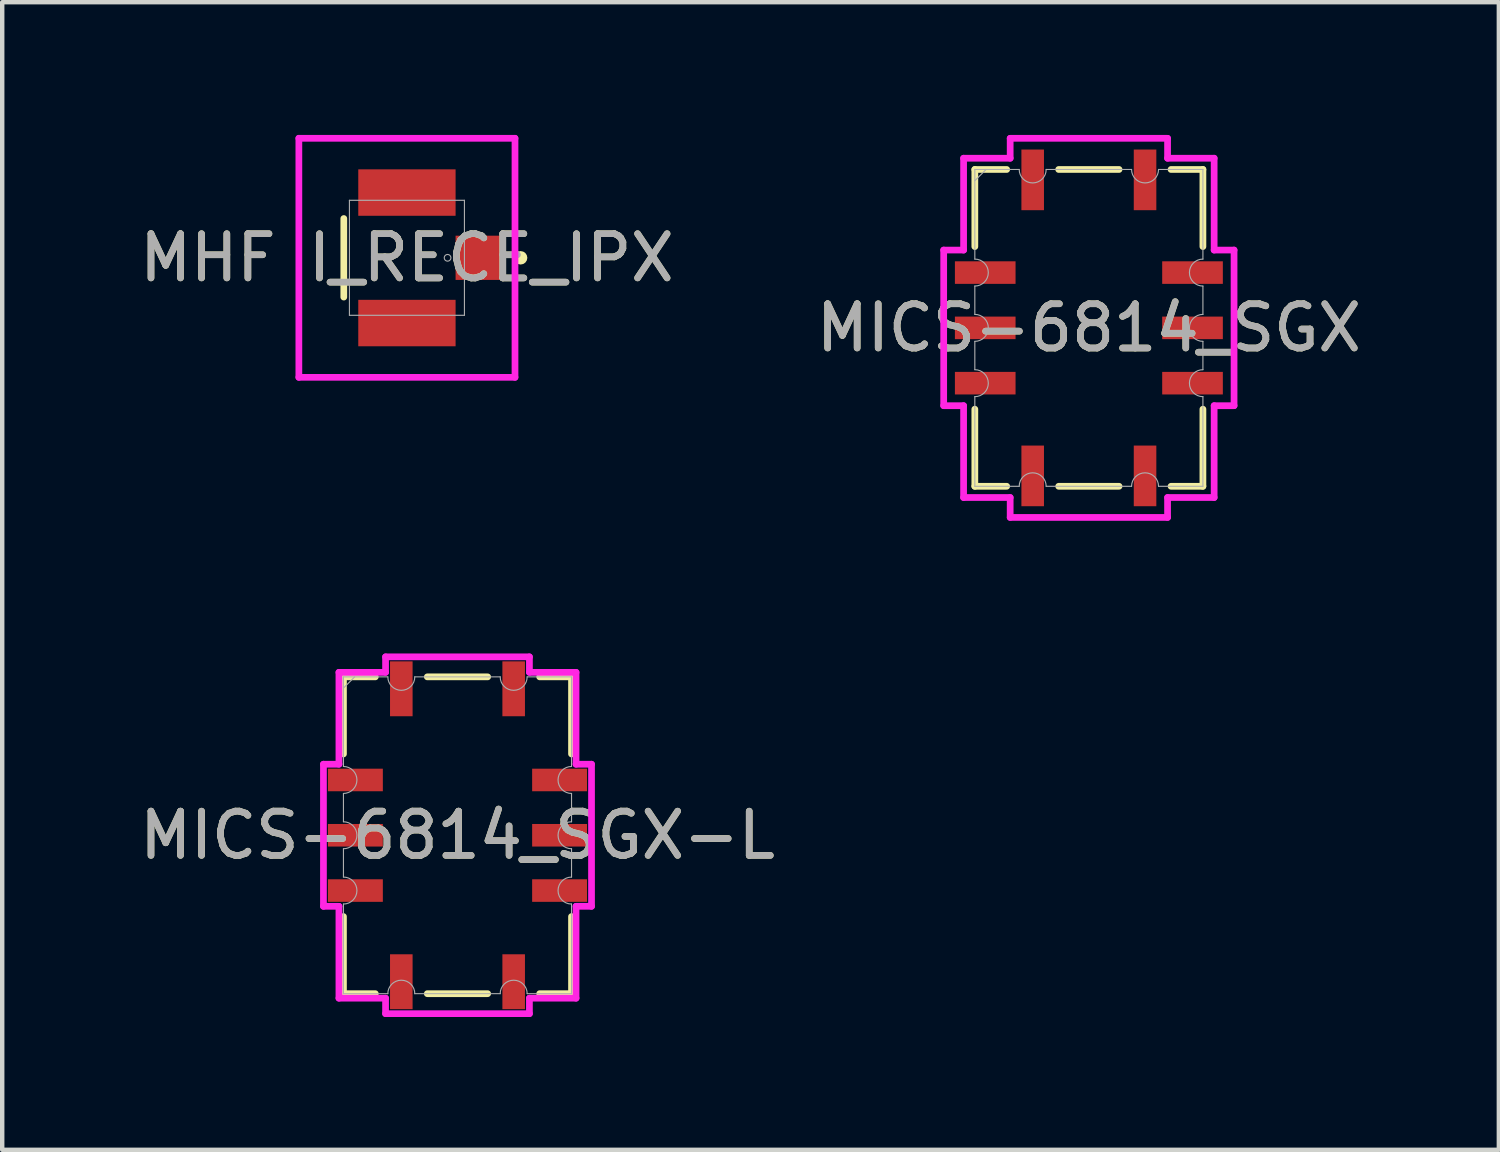
<source format=kicad_pcb>
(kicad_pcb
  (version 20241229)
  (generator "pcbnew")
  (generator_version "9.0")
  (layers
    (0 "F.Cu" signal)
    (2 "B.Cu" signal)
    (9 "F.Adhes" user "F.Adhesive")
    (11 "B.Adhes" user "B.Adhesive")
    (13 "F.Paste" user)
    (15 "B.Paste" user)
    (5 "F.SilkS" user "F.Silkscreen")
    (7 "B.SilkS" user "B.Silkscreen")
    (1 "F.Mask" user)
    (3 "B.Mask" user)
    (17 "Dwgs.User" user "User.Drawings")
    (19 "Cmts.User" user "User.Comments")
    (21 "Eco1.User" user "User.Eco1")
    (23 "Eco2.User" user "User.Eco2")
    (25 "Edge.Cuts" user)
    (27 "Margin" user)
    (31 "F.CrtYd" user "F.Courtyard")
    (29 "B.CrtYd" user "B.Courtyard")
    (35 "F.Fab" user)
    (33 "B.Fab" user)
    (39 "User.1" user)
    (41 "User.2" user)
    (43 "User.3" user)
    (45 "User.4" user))
  (footprint "MICS-6814_SGX-L"
    (layer "F.Cu")
    (at 7.292 15.832)
    (property "Reference" "MICS-6814_SGX-L" (at 0 0 0) (unlocked yes) (layer "F.SilkS") (effects (font (size 1 1) (thickness 0.15))))
    (attr smd)
    (fp_line (start -2.578 -1.838) (end -2.578 -3.581) (stroke (width 0.152) (type solid)) (layer "F.SilkS"))
    (fp_line (start -2.578 1.838) (end -2.578 3.581) (stroke (width 0.152) (type solid)) (layer "F.SilkS"))
    (fp_line (start -1.858 -3.581) (end -2.578 -3.581) (stroke (width 0.152) (type solid)) (layer "F.SilkS"))
    (fp_line (start -1.858 3.581) (end -2.578 3.581) (stroke (width 0.152) (type solid)) (layer "F.SilkS"))
    (fp_line (start 0.682 -3.581) (end -0.682 -3.581) (stroke (width 0.152) (type solid)) (layer "F.SilkS"))
    (fp_line (start 0.682 3.581) (end -0.682 3.581) (stroke (width 0.152) (type solid)) (layer "F.SilkS"))
    (fp_line (start 1.858 -3.581) (end 2.578 -3.581) (stroke (width 0.152) (type solid)) (layer "F.SilkS"))
    (fp_line (start 1.858 3.581) (end 2.578 3.581) (stroke (width 0.152) (type solid)) (layer "F.SilkS"))
    (fp_line (start 2.578 -1.838) (end 2.578 -3.581) (stroke (width 0.152) (type solid)) (layer "F.SilkS"))
    (fp_line (start 2.578 1.838) (end 2.578 3.581) (stroke (width 0.152) (type solid)) (layer "F.SilkS"))
    (fp_line (start -3.03 -1.606) (end -2.68 -1.606) (stroke (width 0.152) (type solid)) (layer "F.CrtYd"))
    (fp_line (start -3.03 1.606) (end -3.03 -1.606) (stroke (width 0.152) (type solid)) (layer "F.CrtYd"))
    (fp_line (start -3.03 1.606) (end -2.68 1.606) (stroke (width 0.152) (type solid)) (layer "F.CrtYd"))
    (fp_line (start -2.68 -3.683) (end -1.626 -3.683) (stroke (width 0.152) (type solid)) (layer "F.CrtYd"))
    (fp_line (start -2.68 -1.606) (end -2.68 -3.683) (stroke (width 0.152) (type solid)) (layer "F.CrtYd"))
    (fp_line (start -2.68 3.683) (end -2.68 1.606) (stroke (width 0.152) (type solid)) (layer "F.CrtYd"))
    (fp_line (start -1.626 -4.033) (end 1.626 -4.033) (stroke (width 0.152) (type solid)) (layer "F.CrtYd"))
    (fp_line (start -1.626 -3.683) (end -1.626 -4.033) (stroke (width 0.152) (type solid)) (layer "F.CrtYd"))
    (fp_line (start -1.626 3.683) (end -2.68 3.683) (stroke (width 0.152) (type solid)) (layer "F.CrtYd"))
    (fp_line (start -1.626 4.033) (end -1.626 3.683) (stroke (width 0.152) (type solid)) (layer "F.CrtYd"))
    (fp_line (start 1.626 -4.033) (end 1.626 -3.683) (stroke (width 0.152) (type solid)) (layer "F.CrtYd"))
    (fp_line (start 1.626 -3.683) (end 2.68 -3.683) (stroke (width 0.152) (type solid)) (layer "F.CrtYd"))
    (fp_line (start 1.626 3.683) (end 1.626 4.033) (stroke (width 0.152) (type solid)) (layer "F.CrtYd"))
    (fp_line (start 1.626 4.033) (end -1.626 4.033) (stroke (width 0.152) (type solid)) (layer "F.CrtYd"))
    (fp_line (start 2.68 -3.683) (end 2.68 -1.606) (stroke (width 0.152) (type solid)) (layer "F.CrtYd"))
    (fp_line (start 2.68 -1.606) (end 3.03 -1.606) (stroke (width 0.152) (type solid)) (layer "F.CrtYd"))
    (fp_line (start 2.68 1.606) (end 2.68 3.683) (stroke (width 0.152) (type solid)) (layer "F.CrtYd"))
    (fp_line (start 2.68 3.683) (end 1.626 3.683) (stroke (width 0.152) (type solid)) (layer "F.CrtYd"))
    (fp_line (start 3.03 -1.606) (end 3.03 1.606) (stroke (width 0.152) (type solid)) (layer "F.CrtYd"))
    (fp_line (start 3.03 1.606) (end 2.68 1.606) (stroke (width 0.152) (type solid)) (layer "F.CrtYd"))
    (fp_line (start -2.578 -1.555) (end -2.578 -3.581) (stroke (width 0.025) (type solid)) (layer "F.Fab"))
    (fp_line (start -2.578 -0.945) (end -2.578 -0.305) (stroke (width 0.025) (type solid)) (layer "F.Fab"))
    (fp_line (start -2.578 0.305) (end -2.578 0.945) (stroke (width 0.025) (type solid)) (layer "F.Fab"))
    (fp_line (start -2.578 1.555) (end -2.578 3.581) (stroke (width 0.025) (type solid)) (layer "F.Fab"))
    (fp_line (start -2.324 -3.581) (end -2.578 -3.327) (stroke (width 0.025) (type solid)) (layer "F.Fab"))
    (fp_line (start -1.575 -3.581) (end -2.578 -3.581) (stroke (width 0.025) (type solid)) (layer "F.Fab"))
    (fp_line (start -1.575 3.581) (end -2.578 3.581) (stroke (width 0.025) (type solid)) (layer "F.Fab"))
    (fp_line (start 0.965 -3.581) (end -0.965 -3.581) (stroke (width 0.025) (type solid)) (layer "F.Fab"))
    (fp_line (start 0.965 3.581) (end -0.965 3.581) (stroke (width 0.025) (type solid)) (layer "F.Fab"))
    (fp_line (start 1.575 -3.581) (end 2.578 -3.581) (stroke (width 0.025) (type solid)) (layer "F.Fab"))
    (fp_line (start 1.575 3.581) (end 2.578 3.581) (stroke (width 0.025) (type solid)) (layer "F.Fab"))
    (fp_line (start 2.578 -1.555) (end 2.578 -3.581) (stroke (width 0.025) (type solid)) (layer "F.Fab"))
    (fp_line (start 2.578 -0.945) (end 2.578 -0.305) (stroke (width 0.025) (type solid)) (layer "F.Fab"))
    (fp_line (start 2.578 0.305) (end 2.578 0.945) (stroke (width 0.025) (type solid)) (layer "F.Fab"))
    (fp_line (start 2.578 1.555) (end 2.578 3.581) (stroke (width 0.025) (type solid)) (layer "F.Fab"))
    (fp_arc (start -2.5781 -1.5548) (mid -2.2733 -1.25) (end -2.5781 -0.9452) (stroke (width 0.0254) (type solid)) (layer "F.Fab"))
    (fp_arc (start -2.5781 -0.3048) (mid -2.2733 0) (end -2.5781 0.3048) (stroke (width 0.0254) (type solid)) (layer "F.Fab"))
    (fp_arc (start -2.5781 0.9452) (mid -2.2733 1.25) (end -2.5781 1.5548) (stroke (width 0.0254) (type solid)) (layer "F.Fab"))
    (fp_arc (start -1.5748 3.5814) (mid -1.27 3.2766) (end -0.9652 3.5814) (stroke (width 0.0254) (type solid)) (layer "F.Fab"))
    (fp_arc (start -0.9652 -3.5814) (mid -1.27 -3.2766) (end -1.5748 -3.5814) (stroke (width 0.0254) (type solid)) (layer "F.Fab"))
    (fp_arc (start 0.9652 3.5814) (mid 1.27 3.2766) (end 1.5748 3.5814) (stroke (width 0.0254) (type solid)) (layer "F.Fab"))
    (fp_arc (start 1.5748 -3.5814) (mid 1.27 -3.2766) (end 0.9652 -3.5814) (stroke (width 0.0254) (type solid)) (layer "F.Fab"))
    (fp_arc (start 2.5781 -0.9452) (mid 2.2733 -1.25) (end 2.5781 -1.5548) (stroke (width 0.0254) (type solid)) (layer "F.Fab"))
    (fp_arc (start 2.5781 0.3048) (mid 2.2733 0) (end 2.5781 -0.3048) (stroke (width 0.0254) (type solid)) (layer "F.Fab"))
    (fp_arc (start 2.5781 1.5548) (mid 2.2733 1.25) (end 2.5781 0.9452) (stroke (width 0.0254) (type solid)) (layer "F.Fab"))
    (fp_text user "${REFERENCE}" (at 0 0 0) (unlocked yes) (layer "F.Fab") (effects (font (size 1 1) (thickness 0.15))))
    (pad "1" smd rect (at -2.308 -1.25) (size 1.241 0.51) (layers "F.Cu" "F.Mask" "F.Paste"))
    (pad "2" smd rect (at -2.308 0) (size 1.241 0.51) (layers "F.Cu" "F.Mask" "F.Paste"))
    (pad "3" smd rect (at -2.308 1.25) (size 1.241 0.51) (layers "F.Cu" "F.Mask" "F.Paste"))
    (pad "4" smd rect (at -1.27 3.311 90) (size 1.241 0.51) (layers "F.Cu" "F.Mask" "F.Paste"))
    (pad "5" smd rect (at 1.27 3.311 90) (size 1.241 0.51) (layers "F.Cu" "F.Mask" "F.Paste"))
    (pad "6" smd rect (at 2.308 1.25) (size 1.241 0.51) (layers "F.Cu" "F.Mask" "F.Paste"))
    (pad "7" smd rect (at 2.308 0) (size 1.241 0.51) (layers "F.Cu" "F.Mask" "F.Paste"))
    (pad "8" smd rect (at 2.308 -1.25) (size 1.241 0.51) (layers "F.Cu" "F.Mask" "F.Paste"))
    (pad "9" smd rect (at 1.27 -3.311 90) (size 1.241 0.51) (layers "F.Cu" "F.Mask" "F.Paste"))
    (pad "10" smd rect (at -1.27 -3.311 90) (size 1.241 0.51) (layers "F.Cu" "F.Mask" "F.Paste")))
  (footprint "MHF I_RECE_IPX"
    (layer "F.Cu")
    (at 6.149 2.778)
    (property "Reference" "MHF I_RECE_IPX" (at 0 0 0) (unlocked yes) (layer "F.SilkS") (effects (font (size 1 1) (thickness 0.15))))
    (attr smd)
    (fp_line (start -1.427 -0.888) (end -1.427 0.888) (stroke (width 0.152) (type solid)) (layer "F.SilkS"))
    (fp_circle (center 2.57 0) (end 2.646 0) (stroke (width 0.152) (type solid)) (fill no) (layer "F.SilkS"))
    (fp_line (start -2.443 -2.702) (end 2.443 -2.702) (stroke (width 0.152) (type solid)) (layer "F.CrtYd"))
    (fp_line (start -2.443 2.702) (end -2.443 -2.702) (stroke (width 0.152) (type solid)) (layer "F.CrtYd"))
    (fp_line (start 2.443 -2.702) (end 2.443 2.702) (stroke (width 0.152) (type solid)) (layer "F.CrtYd"))
    (fp_line (start 2.443 2.702) (end -2.443 2.702) (stroke (width 0.152) (type solid)) (layer "F.CrtYd"))
    (fp_line (start -1.3 -1.3) (end -1.3 1.3) (stroke (width 0.025) (type solid)) (layer "F.Fab"))
    (fp_line (start -1.3 1.3) (end 1.3 1.3) (stroke (width 0.025) (type solid)) (layer "F.Fab"))
    (fp_line (start 1.3 -1.3) (end -1.3 -1.3) (stroke (width 0.025) (type solid)) (layer "F.Fab"))
    (fp_line (start 1.3 1.3) (end 1.3 -1.3) (stroke (width 0.025) (type solid)) (layer "F.Fab"))
    (fp_circle (center 0.919 0) (end 0.995 0) (stroke (width 0.025) (type solid)) (fill no) (layer "F.Fab"))
    (fp_text user "${REFERENCE}" (at 0 0 0) (unlocked yes) (layer "F.Fab") (effects (font (size 1 1) (thickness 0.15))))
    (pad "1" smd rect (at 0 -1.475) (size 2.2 1.05) (layers "F.Cu" "F.Mask" "F.Paste"))
    (pad "2" smd rect (at 0 1.475) (size 2.2 1.05) (layers "F.Cu" "F.Mask" "F.Paste"))
    (pad "3" smd rect (at 1.625 0) (size 1.05 1) (layers "F.Cu" "F.Mask" "F.Paste"))
    (zone (net_name "") (layer "F.Cu") (hatch full 0.508) (connect_pads) (min_thickness 0.254) (filled_areas_thickness no) (keepout (tracks not_allowed) (vias not_allowed) (pads allowed) (copperpour not_allowed) (footprints allowed)) (placement (enabled no)) (fill) (polygon (pts (xy 5.099 3.828) (xy 7.199 3.828) (xy 7.199 1.728) (xy 5.099 1.728)))))
  (footprint "MICS-6814_SGX"
    (layer "F.Cu")
    (at 21.565 4.362)
    (property "Reference" "MICS-6814_SGX" (at 0 0 0) (unlocked yes) (layer "F.SilkS") (effects (font (size 1 1) (thickness 0.15))))
    (attr smd)
    (fp_line (start -2.578 -1.838) (end -2.578 -3.581) (stroke (width 0.152) (type solid)) (layer "F.SilkS"))
    (fp_line (start -2.578 1.838) (end -2.578 3.581) (stroke (width 0.152) (type solid)) (layer "F.SilkS"))
    (fp_line (start -1.858 -3.581) (end -2.578 -3.581) (stroke (width 0.152) (type solid)) (layer "F.SilkS"))
    (fp_line (start -1.858 3.581) (end -2.578 3.581) (stroke (width 0.152) (type solid)) (layer "F.SilkS"))
    (fp_line (start 0.682 -3.581) (end -0.682 -3.581) (stroke (width 0.152) (type solid)) (layer "F.SilkS"))
    (fp_line (start 0.682 3.581) (end -0.682 3.581) (stroke (width 0.152) (type solid)) (layer "F.SilkS"))
    (fp_line (start 1.858 -3.581) (end 2.578 -3.581) (stroke (width 0.152) (type solid)) (layer "F.SilkS"))
    (fp_line (start 1.858 3.581) (end 2.578 3.581) (stroke (width 0.152) (type solid)) (layer "F.SilkS"))
    (fp_line (start 2.578 -1.838) (end 2.578 -3.581) (stroke (width 0.152) (type solid)) (layer "F.SilkS"))
    (fp_line (start 2.578 1.838) (end 2.578 3.581) (stroke (width 0.152) (type solid)) (layer "F.SilkS"))
    (fp_line (start -3.282 -1.759) (end -2.832 -1.759) (stroke (width 0.152) (type solid)) (layer "F.CrtYd"))
    (fp_line (start -3.282 1.759) (end -3.282 -1.759) (stroke (width 0.152) (type solid)) (layer "F.CrtYd"))
    (fp_line (start -3.282 1.759) (end -2.832 1.759) (stroke (width 0.152) (type solid)) (layer "F.CrtYd"))
    (fp_line (start -2.832 -3.835) (end -1.779 -3.835) (stroke (width 0.152) (type solid)) (layer "F.CrtYd"))
    (fp_line (start -2.832 -1.759) (end -2.832 -3.835) (stroke (width 0.152) (type solid)) (layer "F.CrtYd"))
    (fp_line (start -2.832 3.835) (end -2.832 1.759) (stroke (width 0.152) (type solid)) (layer "F.CrtYd"))
    (fp_line (start -1.779 -4.285) (end 1.779 -4.285) (stroke (width 0.152) (type solid)) (layer "F.CrtYd"))
    (fp_line (start -1.779 -3.835) (end -1.779 -4.285) (stroke (width 0.152) (type solid)) (layer "F.CrtYd"))
    (fp_line (start -1.779 3.835) (end -2.832 3.835) (stroke (width 0.152) (type solid)) (layer "F.CrtYd"))
    (fp_line (start -1.779 4.285) (end -1.779 3.835) (stroke (width 0.152) (type solid)) (layer "F.CrtYd"))
    (fp_line (start 1.779 -4.285) (end 1.779 -3.835) (stroke (width 0.152) (type solid)) (layer "F.CrtYd"))
    (fp_line (start 1.779 -3.835) (end 2.832 -3.835) (stroke (width 0.152) (type solid)) (layer "F.CrtYd"))
    (fp_line (start 1.779 3.835) (end 1.779 4.285) (stroke (width 0.152) (type solid)) (layer "F.CrtYd"))
    (fp_line (start 1.779 4.285) (end -1.779 4.285) (stroke (width 0.152) (type solid)) (layer "F.CrtYd"))
    (fp_line (start 2.832 -3.835) (end 2.832 -1.759) (stroke (width 0.152) (type solid)) (layer "F.CrtYd"))
    (fp_line (start 2.832 -1.759) (end 3.282 -1.759) (stroke (width 0.152) (type solid)) (layer "F.CrtYd"))
    (fp_line (start 2.832 1.759) (end 2.832 3.835) (stroke (width 0.152) (type solid)) (layer "F.CrtYd"))
    (fp_line (start 2.832 3.835) (end 1.779 3.835) (stroke (width 0.152) (type solid)) (layer "F.CrtYd"))
    (fp_line (start 3.282 -1.759) (end 3.282 1.759) (stroke (width 0.152) (type solid)) (layer "F.CrtYd"))
    (fp_line (start 3.282 1.759) (end 2.832 1.759) (stroke (width 0.152) (type solid)) (layer "F.CrtYd"))
    (fp_line (start -2.578 -1.555) (end -2.578 -3.581) (stroke (width 0.025) (type solid)) (layer "F.Fab"))
    (fp_line (start -2.578 -0.945) (end -2.578 -0.305) (stroke (width 0.025) (type solid)) (layer "F.Fab"))
    (fp_line (start -2.578 0.305) (end -2.578 0.945) (stroke (width 0.025) (type solid)) (layer "F.Fab"))
    (fp_line (start -2.578 1.555) (end -2.578 3.581) (stroke (width 0.025) (type solid)) (layer "F.Fab"))
    (fp_line (start -2.324 -3.581) (end -2.578 -3.327) (stroke (width 0.025) (type solid)) (layer "F.Fab"))
    (fp_line (start -1.575 -3.581) (end -2.578 -3.581) (stroke (width 0.025) (type solid)) (layer "F.Fab"))
    (fp_line (start -1.575 3.581) (end -2.578 3.581) (stroke (width 0.025) (type solid)) (layer "F.Fab"))
    (fp_line (start 0.965 -3.581) (end -0.965 -3.581) (stroke (width 0.025) (type solid)) (layer "F.Fab"))
    (fp_line (start 0.965 3.581) (end -0.965 3.581) (stroke (width 0.025) (type solid)) (layer "F.Fab"))
    (fp_line (start 1.575 -3.581) (end 2.578 -3.581) (stroke (width 0.025) (type solid)) (layer "F.Fab"))
    (fp_line (start 1.575 3.581) (end 2.578 3.581) (stroke (width 0.025) (type solid)) (layer "F.Fab"))
    (fp_line (start 2.578 -1.555) (end 2.578 -3.581) (stroke (width 0.025) (type solid)) (layer "F.Fab"))
    (fp_line (start 2.578 -0.945) (end 2.578 -0.305) (stroke (width 0.025) (type solid)) (layer "F.Fab"))
    (fp_line (start 2.578 0.305) (end 2.578 0.945) (stroke (width 0.025) (type solid)) (layer "F.Fab"))
    (fp_line (start 2.578 1.555) (end 2.578 3.581) (stroke (width 0.025) (type solid)) (layer "F.Fab"))
    (fp_arc (start -2.5781 -1.5548) (mid -2.2733 -1.25) (end -2.5781 -0.9452) (stroke (width 0.0254) (type solid)) (layer "F.Fab"))
    (fp_arc (start -2.5781 -0.3048) (mid -2.2733 0) (end -2.5781 0.3048) (stroke (width 0.0254) (type solid)) (layer "F.Fab"))
    (fp_arc (start -2.5781 0.9452) (mid -2.2733 1.25) (end -2.5781 1.5548) (stroke (width 0.0254) (type solid)) (layer "F.Fab"))
    (fp_arc (start -1.5748 3.5814) (mid -1.27 3.2766) (end -0.9652 3.5814) (stroke (width 0.0254) (type solid)) (layer "F.Fab"))
    (fp_arc (start -0.9652 -3.5814) (mid -1.27 -3.2766) (end -1.5748 -3.5814) (stroke (width 0.0254) (type solid)) (layer "F.Fab"))
    (fp_arc (start 0.9652 3.5814) (mid 1.27 3.2766) (end 1.5748 3.5814) (stroke (width 0.0254) (type solid)) (layer "F.Fab"))
    (fp_arc (start 1.5748 -3.5814) (mid 1.27 -3.2766) (end 0.9652 -3.5814) (stroke (width 0.0254) (type solid)) (layer "F.Fab"))
    (fp_arc (start 2.5781 -0.9452) (mid 2.2733 -1.25) (end 2.5781 -1.5548) (stroke (width 0.0254) (type solid)) (layer "F.Fab"))
    (fp_arc (start 2.5781 0.3048) (mid 2.2733 0) (end 2.5781 -0.3048) (stroke (width 0.0254) (type solid)) (layer "F.Fab"))
    (fp_arc (start 2.5781 1.5548) (mid 2.2733 1.25) (end 2.5781 0.9452) (stroke (width 0.0254) (type solid)) (layer "F.Fab"))
    (fp_text user "${REFERENCE}" (at 0 0 0) (unlocked yes) (layer "F.Fab") (effects (font (size 1 1) (thickness 0.15))))
    (pad "1" smd rect (at -2.343 -1.25) (size 1.371 0.51) (layers "F.Cu" "F.Mask" "F.Paste"))
    (pad "2" smd rect (at -2.343 0) (size 1.371 0.51) (layers "F.Cu" "F.Mask" "F.Paste"))
    (pad "3" smd rect (at -2.343 1.25) (size 1.371 0.51) (layers "F.Cu" "F.Mask" "F.Paste"))
    (pad "4" smd rect (at -1.27 3.346 90) (size 1.371 0.51) (layers "F.Cu" "F.Mask" "F.Paste"))
    (pad "5" smd rect (at 1.27 3.346 90) (size 1.371 0.51) (layers "F.Cu" "F.Mask" "F.Paste"))
    (pad "6" smd rect (at 2.343 1.25) (size 1.371 0.51) (layers "F.Cu" "F.Mask" "F.Paste"))
    (pad "7" smd rect (at 2.343 0) (size 1.371 0.51) (layers "F.Cu" "F.Mask" "F.Paste"))
    (pad "8" smd rect (at 2.343 -1.25) (size 1.371 0.51) (layers "F.Cu" "F.Mask" "F.Paste"))
    (pad "9" smd rect (at 1.27 -3.346 90) (size 1.371 0.51) (layers "F.Cu" "F.Mask" "F.Paste"))
    (pad "10" smd rect (at -1.27 -3.346 90) (size 1.371 0.51) (layers "F.Cu" "F.Mask" "F.Paste")))
  (gr_rect
    (start -3 -3)
    (end 30.833 22.942)
    (stroke (width 0.1) (type default))
    (fill no)
    (layer "Edge.Cuts")))
</source>
